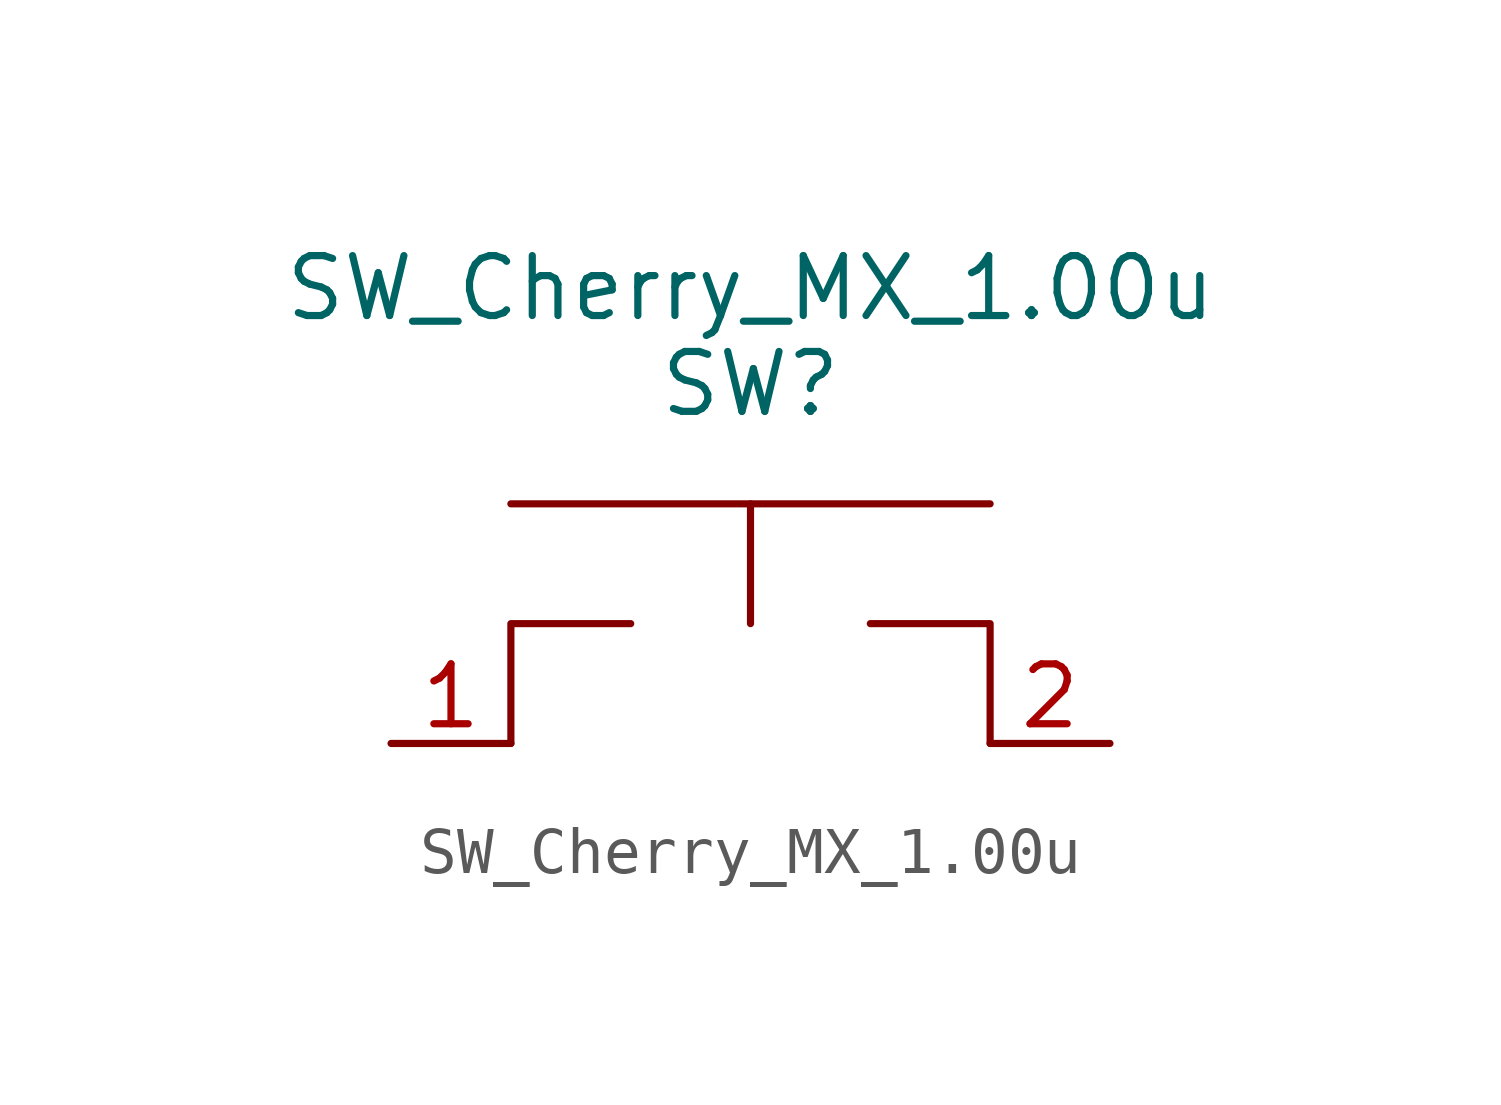
<source format=kicad_sym>
(kicad_symbol_lib
  (version 20211014)
  (generator kicad_symbol_editor)
  (symbol "SW_Cherry_MX_1.00u"
    (property "Reference" "SW"
      (at 0 0 0)
      (effects (font (size 1.27 1.27))))
    (property "Value" "SW_Cherry_MX_1.00u"
      (at 0 2.032 0)
      (effects (font (size 1.27 1.27))))
    (symbol "SW_Cherry_MX_1.00u_0_1"
      (polyline (pts (xy -5.08 -2.54) (xy 5.08 -2.54)) (stroke (width 0.152) (type default) (color 0 0 0 0)) (fill (type none)))
      (polyline (pts (xy 0 -2.54) (xy 0 -5.08)) (stroke (width 0.152) (type default) (color 0 0 0 0)) (fill (type none)))
      (polyline (pts (xy -5.08 -7.62) (xy -5.08 -5.08) (xy -2.54 -5.08)) (stroke (width 0.152) (type default) (color 0 0 0 0)) (fill (type none)))
      (polyline (pts (xy 2.54 -5.08) (xy 5.08 -5.08) (xy 5.08 -7.62)) (stroke (width 0.152) (type default) (color 0 0 0 0)) (fill (type none))))
    (symbol "SW_Cherry_MX_1.00u_1_1"
      (pin bidirectional line (at -7.62 -7.62 0) (length 2.54) (name "" (effects (font (size 1.27 1.27)))) (number "1" (effects (font (size 1.27 1.27)))))
      (pin bidirectional line (at 7.62 -7.62 180) (length 2.54) (name "" (effects (font (size 1.27 1.27)))) (number "2" (effects (font (size 1.27 1.27))))))))
</source>
